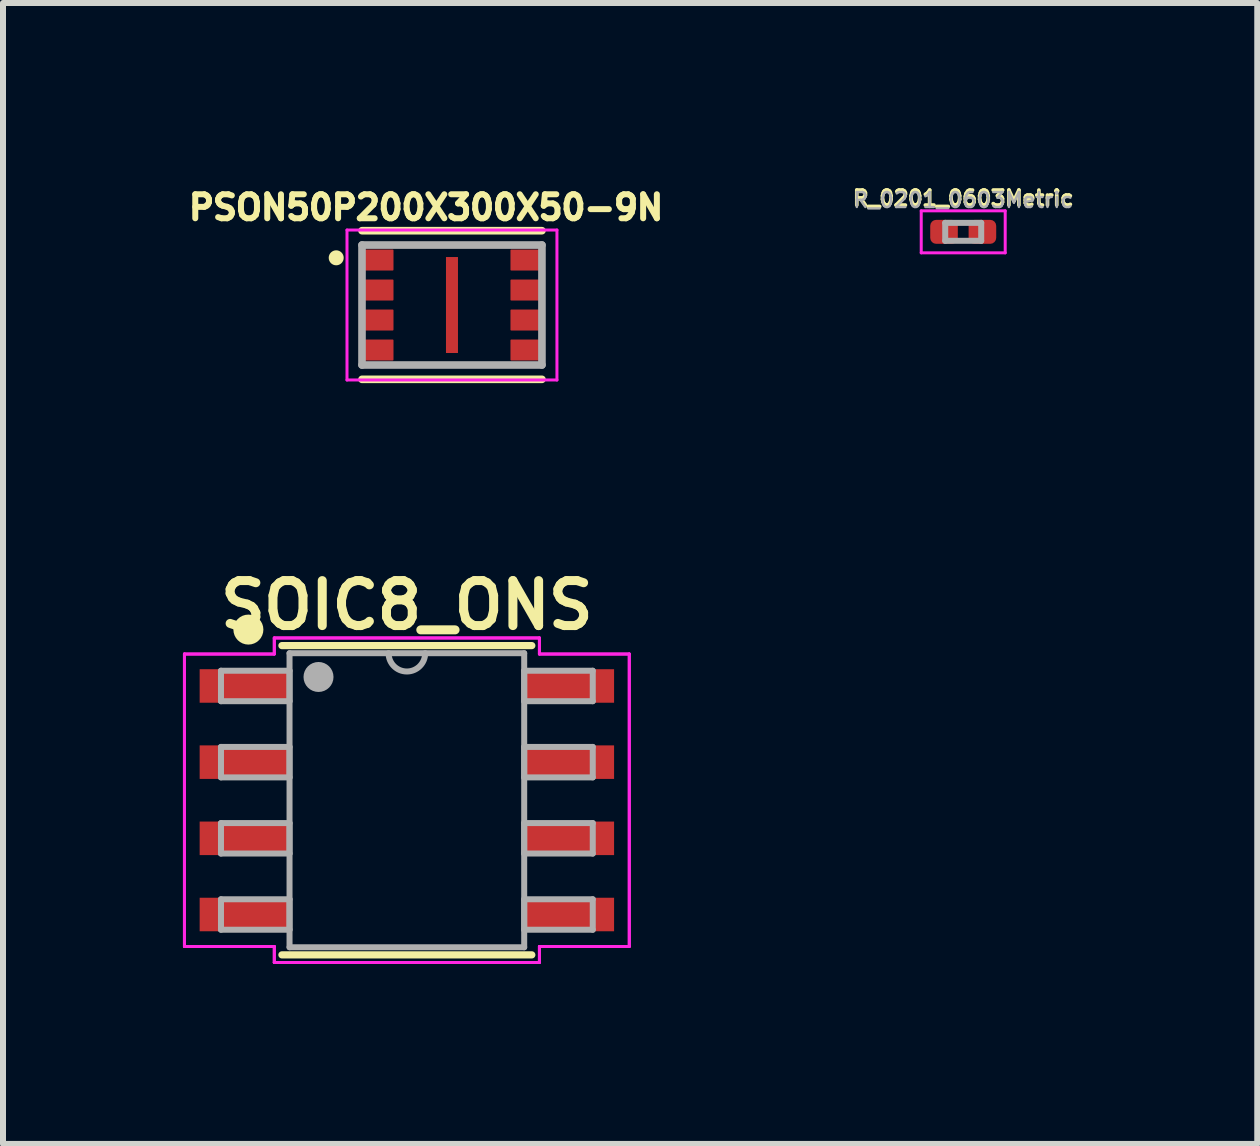
<source format=kicad_pcb>
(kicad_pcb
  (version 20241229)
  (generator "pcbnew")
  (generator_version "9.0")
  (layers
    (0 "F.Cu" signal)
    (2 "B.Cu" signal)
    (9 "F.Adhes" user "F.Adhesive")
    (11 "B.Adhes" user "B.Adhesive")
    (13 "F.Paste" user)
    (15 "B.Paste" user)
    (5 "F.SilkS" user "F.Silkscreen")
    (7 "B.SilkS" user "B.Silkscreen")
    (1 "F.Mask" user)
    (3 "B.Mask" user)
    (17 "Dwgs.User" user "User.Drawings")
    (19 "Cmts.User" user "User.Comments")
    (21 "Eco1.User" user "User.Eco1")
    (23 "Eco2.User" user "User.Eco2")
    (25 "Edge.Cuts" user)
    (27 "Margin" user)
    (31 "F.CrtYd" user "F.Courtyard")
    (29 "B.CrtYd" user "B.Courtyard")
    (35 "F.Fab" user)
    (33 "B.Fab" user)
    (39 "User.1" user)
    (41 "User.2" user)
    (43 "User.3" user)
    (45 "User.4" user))
  (footprint "SOIC8_ONS"
    (layer "F.Cu")
    (at 3.733 10.291)
    (property "Reference" "SOIC8_ONS" (at 0 -3.251 0) (layer "F.SilkS") (effects (font (size 0.75 0.75) (thickness 0.15))))
    (attr through_hole)
    (fp_line (start -2.083 2.578) (end 2.083 2.578) (stroke (width 0.12) (type solid)) (layer "F.SilkS"))
    (fp_line (start 2.083 -2.578) (end -2.083 -2.578) (stroke (width 0.12) (type solid)) (layer "F.SilkS"))
    (fp_circle (center -2.642 -2.845) (end -2.642 -2.72) (stroke (width 0.25) (type solid)) (fill no) (layer "F.SilkS"))
    (fp_line (start -3.708 -2.438) (end -2.21 -2.438) (stroke (width 0.05) (type solid)) (layer "F.CrtYd"))
    (fp_line (start -3.708 -2.438) (end -2.21 -2.438) (stroke (width 0.05) (type solid)) (layer "F.CrtYd"))
    (fp_line (start -3.708 2.438) (end -3.708 -2.438) (stroke (width 0.05) (type solid)) (layer "F.CrtYd"))
    (fp_line (start -3.708 2.438) (end -3.708 -2.438) (stroke (width 0.05) (type solid)) (layer "F.CrtYd"))
    (fp_line (start -3.708 2.438) (end -2.21 2.438) (stroke (width 0.05) (type solid)) (layer "F.CrtYd"))
    (fp_line (start -2.21 -2.705) (end 2.21 -2.705) (stroke (width 0.05) (type solid)) (layer "F.CrtYd"))
    (fp_line (start -2.21 -2.705) (end 2.21 -2.705) (stroke (width 0.05) (type solid)) (layer "F.CrtYd"))
    (fp_line (start -2.21 -2.438) (end -2.21 -2.705) (stroke (width 0.05) (type solid)) (layer "F.CrtYd"))
    (fp_line (start -2.21 -2.438) (end -2.21 -2.705) (stroke (width 0.05) (type solid)) (layer "F.CrtYd"))
    (fp_line (start -2.21 2.438) (end -3.708 2.438) (stroke (width 0.05) (type solid)) (layer "F.CrtYd"))
    (fp_line (start -2.21 2.705) (end -2.21 2.438) (stroke (width 0.05) (type solid)) (layer "F.CrtYd"))
    (fp_line (start -2.21 2.705) (end -2.21 2.438) (stroke (width 0.05) (type solid)) (layer "F.CrtYd"))
    (fp_line (start 2.21 -2.705) (end 2.21 -2.438) (stroke (width 0.05) (type solid)) (layer "F.CrtYd"))
    (fp_line (start 2.21 -2.705) (end 2.21 -2.438) (stroke (width 0.05) (type solid)) (layer "F.CrtYd"))
    (fp_line (start 2.21 -2.438) (end 3.708 -2.438) (stroke (width 0.05) (type solid)) (layer "F.CrtYd"))
    (fp_line (start 2.21 2.438) (end 2.21 2.705) (stroke (width 0.05) (type solid)) (layer "F.CrtYd"))
    (fp_line (start 2.21 2.438) (end 2.21 2.705) (stroke (width 0.05) (type solid)) (layer "F.CrtYd"))
    (fp_line (start 2.21 2.705) (end -2.21 2.705) (stroke (width 0.05) (type solid)) (layer "F.CrtYd"))
    (fp_line (start 2.21 2.705) (end -2.21 2.705) (stroke (width 0.05) (type solid)) (layer "F.CrtYd"))
    (fp_line (start 3.708 -2.438) (end 2.21 -2.438) (stroke (width 0.05) (type solid)) (layer "F.CrtYd"))
    (fp_line (start 3.708 -2.438) (end 3.708 2.438) (stroke (width 0.05) (type solid)) (layer "F.CrtYd"))
    (fp_line (start 3.708 -2.438) (end 3.708 2.438) (stroke (width 0.05) (type solid)) (layer "F.CrtYd"))
    (fp_line (start 3.708 2.438) (end 2.21 2.438) (stroke (width 0.05) (type solid)) (layer "F.CrtYd"))
    (fp_line (start 3.708 2.438) (end 2.21 2.438) (stroke (width 0.05) (type solid)) (layer "F.CrtYd"))
    (fp_line (start -3.099 -2.159) (end -3.099 -1.651) (stroke (width 0.1) (type solid)) (layer "F.Fab"))
    (fp_line (start -3.099 -1.651) (end -1.956 -1.651) (stroke (width 0.1) (type solid)) (layer "F.Fab"))
    (fp_line (start -3.099 -0.889) (end -3.099 -0.381) (stroke (width 0.1) (type solid)) (layer "F.Fab"))
    (fp_line (start -3.099 -0.381) (end -1.956 -0.381) (stroke (width 0.1) (type solid)) (layer "F.Fab"))
    (fp_line (start -3.099 0.381) (end -3.099 0.889) (stroke (width 0.1) (type solid)) (layer "F.Fab"))
    (fp_line (start -3.099 0.889) (end -1.956 0.889) (stroke (width 0.1) (type solid)) (layer "F.Fab"))
    (fp_line (start -3.099 1.651) (end -3.099 2.159) (stroke (width 0.1) (type solid)) (layer "F.Fab"))
    (fp_line (start -3.099 2.159) (end -1.956 2.159) (stroke (width 0.1) (type solid)) (layer "F.Fab"))
    (fp_line (start -1.956 -2.451) (end -1.956 2.451) (stroke (width 0.1) (type solid)) (layer "F.Fab"))
    (fp_line (start -1.956 -2.159) (end -3.099 -2.159) (stroke (width 0.1) (type solid)) (layer "F.Fab"))
    (fp_line (start -1.956 -1.651) (end -1.956 -2.159) (stroke (width 0.1) (type solid)) (layer "F.Fab"))
    (fp_line (start -1.956 -0.889) (end -3.099 -0.889) (stroke (width 0.1) (type solid)) (layer "F.Fab"))
    (fp_line (start -1.956 -0.381) (end -1.956 -0.889) (stroke (width 0.1) (type solid)) (layer "F.Fab"))
    (fp_line (start -1.956 0.381) (end -3.099 0.381) (stroke (width 0.1) (type solid)) (layer "F.Fab"))
    (fp_line (start -1.956 0.889) (end -1.956 0.381) (stroke (width 0.1) (type solid)) (layer "F.Fab"))
    (fp_line (start -1.956 1.651) (end -3.099 1.651) (stroke (width 0.1) (type solid)) (layer "F.Fab"))
    (fp_line (start -1.956 2.159) (end -1.956 1.651) (stroke (width 0.1) (type solid)) (layer "F.Fab"))
    (fp_line (start -1.956 2.451) (end 1.956 2.451) (stroke (width 0.1) (type solid)) (layer "F.Fab"))
    (fp_line (start 1.956 -2.451) (end -1.956 -2.451) (stroke (width 0.1) (type solid)) (layer "F.Fab"))
    (fp_line (start 1.956 -2.159) (end 1.956 -1.651) (stroke (width 0.1) (type solid)) (layer "F.Fab"))
    (fp_line (start 1.956 -1.651) (end 3.099 -1.651) (stroke (width 0.1) (type solid)) (layer "F.Fab"))
    (fp_line (start 1.956 -0.889) (end 1.956 -0.381) (stroke (width 0.1) (type solid)) (layer "F.Fab"))
    (fp_line (start 1.956 -0.381) (end 3.099 -0.381) (stroke (width 0.1) (type solid)) (layer "F.Fab"))
    (fp_line (start 1.956 0.381) (end 1.956 0.889) (stroke (width 0.1) (type solid)) (layer "F.Fab"))
    (fp_line (start 1.956 0.889) (end 3.099 0.889) (stroke (width 0.1) (type solid)) (layer "F.Fab"))
    (fp_line (start 1.956 1.651) (end 1.956 2.159) (stroke (width 0.1) (type solid)) (layer "F.Fab"))
    (fp_line (start 1.956 2.159) (end 3.099 2.159) (stroke (width 0.1) (type solid)) (layer "F.Fab"))
    (fp_line (start 1.956 2.451) (end 1.956 -2.451) (stroke (width 0.1) (type solid)) (layer "F.Fab"))
    (fp_line (start 3.099 -2.159) (end 1.956 -2.159) (stroke (width 0.1) (type solid)) (layer "F.Fab"))
    (fp_line (start 3.099 -1.651) (end 3.099 -2.159) (stroke (width 0.1) (type solid)) (layer "F.Fab"))
    (fp_line (start 3.099 -0.889) (end 1.956 -0.889) (stroke (width 0.1) (type solid)) (layer "F.Fab"))
    (fp_line (start 3.099 -0.381) (end 3.099 -0.889) (stroke (width 0.1) (type solid)) (layer "F.Fab"))
    (fp_line (start 3.099 0.381) (end 1.956 0.381) (stroke (width 0.1) (type solid)) (layer "F.Fab"))
    (fp_line (start 3.099 0.889) (end 3.099 0.381) (stroke (width 0.1) (type solid)) (layer "F.Fab"))
    (fp_line (start 3.099 1.651) (end 1.956 1.651) (stroke (width 0.1) (type solid)) (layer "F.Fab"))
    (fp_line (start 3.099 2.159) (end 3.099 1.651) (stroke (width 0.1) (type solid)) (layer "F.Fab"))
    (fp_arc (start 0.3048 -2.4511) (mid 0 -2.1463) (end -0.3048 -2.4511) (stroke (width 0.1) (type solid)) (layer "F.Fab"))
    (fp_circle (center -1.473 -2.055) (end -1.348 -2.055) (stroke (width 0.25) (type solid)) (fill no) (layer "F.Fab"))
    (pad "1" smd rect (at -2.705 -1.905) (size 1.499 0.559) (layers "F.Cu" "F.Mask" "F.Paste"))
    (pad "2" smd rect (at -2.705 -0.635) (size 1.499 0.559) (layers "F.Cu" "F.Mask" "F.Paste"))
    (pad "3" smd rect (at -2.705 0.635) (size 1.499 0.559) (layers "F.Cu" "F.Mask" "F.Paste"))
    (pad "4" smd rect (at -2.705 1.905) (size 1.499 0.559) (layers "F.Cu" "F.Mask" "F.Paste"))
    (pad "5" smd rect (at 2.705 1.905) (size 1.499 0.559) (layers "F.Cu" "F.Mask" "F.Paste"))
    (pad "6" smd rect (at 2.705 0.635) (size 1.499 0.559) (layers "F.Cu" "F.Mask" "F.Paste"))
    (pad "7" smd rect (at 2.705 -0.635) (size 1.499 0.559) (layers "F.Cu" "F.Mask" "F.Paste"))
    (pad "8" smd rect (at 2.705 -1.905) (size 1.499 0.559) (layers "F.Cu" "F.Mask" "F.Paste")))
  (footprint "PSON50P200X300X50-9N"
    (layer "F.Cu")
    (at 4.485 2.035)
    (property "Reference" "PSON50P200X300X50-9N" (at -0.432 -1.626 0) (layer "F.SilkS") (effects (font (size 0.4 0.4) (thickness 0.1))))
    (attr through_hole)
    (fp_line (start -1.5 -1.239) (end 1.5 -1.239) (stroke (width 0.127) (type solid)) (layer "F.SilkS"))
    (fp_line (start -1.5 1.239) (end 1.5 1.239) (stroke (width 0.127) (type solid)) (layer "F.SilkS"))
    (fp_circle (center -1.93 -0.787) (end -1.83 -0.787) (stroke (width 0.05) (type solid)) (fill yes) (layer "F.SilkS"))
    (fp_poly (pts (xy -0.06 -0.51) (xy 0.06 -0.51) (xy 0.06 0.51) (xy -0.06 0.51)) (stroke (width 0.01) (type solid)) (fill yes) (layer "F.Paste"))
    (fp_line (start -1.75 -1.25) (end -1.75 1.25) (stroke (width 0.05) (type solid)) (layer "F.CrtYd"))
    (fp_line (start -1.75 -1.25) (end 1.75 -1.25) (stroke (width 0.05) (type solid)) (layer "F.CrtYd"))
    (fp_line (start -1.75 1.25) (end 1.75 1.25) (stroke (width 0.05) (type solid)) (layer "F.CrtYd"))
    (fp_line (start 1.75 -1.25) (end 1.75 1.25) (stroke (width 0.05) (type solid)) (layer "F.CrtYd"))
    (fp_line (start -1.5 -1) (end -1.5 1) (stroke (width 0.127) (type solid)) (layer "F.Fab"))
    (fp_line (start -1.5 -1) (end 1.5 -1) (stroke (width 0.127) (type solid)) (layer "F.Fab"))
    (fp_line (start -1.5 1) (end 1.5 1) (stroke (width 0.127) (type solid)) (layer "F.Fab"))
    (fp_line (start 1.5 -1) (end 1.5 1) (stroke (width 0.127) (type solid)) (layer "F.Fab"))
    (pad "1" smd roundrect (at -1.22 -0.75) (size 0.49 0.35) (layers "F.Cu" "F.Mask" "F.Paste") (roundrect_rratio 0.04))
    (pad "2" smd roundrect (at -1.22 -0.25) (size 0.49 0.35) (layers "F.Cu" "F.Mask" "F.Paste") (roundrect_rratio 0.04))
    (pad "3" smd roundrect (at -1.22 0.25) (size 0.49 0.35) (layers "F.Cu" "F.Mask" "F.Paste") (roundrect_rratio 0.04))
    (pad "4" smd roundrect (at -1.22 0.75) (size 0.49 0.35) (layers "F.Cu" "F.Mask" "F.Paste") (roundrect_rratio 0.04))
    (pad "5" smd roundrect (at 1.22 0.75) (size 0.49 0.35) (layers "F.Cu" "F.Mask" "F.Paste") (roundrect_rratio 0.04))
    (pad "6" smd roundrect (at 1.22 0.25) (size 0.49 0.35) (layers "F.Cu" "F.Mask" "F.Paste") (roundrect_rratio 0.04))
    (pad "7" smd roundrect (at 1.22 -0.25) (size 0.49 0.35) (layers "F.Cu" "F.Mask" "F.Paste") (roundrect_rratio 0.04))
    (pad "8" smd roundrect (at 1.22 -0.75) (size 0.49 0.35) (layers "F.Cu" "F.Mask" "F.Paste") (roundrect_rratio 0.04))
    (pad "9" smd rect (at 0 0) (size 0.2 1.6) (layers "F.Cu" "F.Mask")))
  (footprint "R_0201_0603Metric"
    (layer "F.Cu")
    (at 13.008 0.815)
    (property "Reference" "R_0201_0603Metric" (at 0 -0.559 0) (layer "F.SilkS") (effects (font (size 0.25 0.25) (thickness 0.062))))
    (attr smd)
    (fp_line (start -0.7 -0.35) (end 0.7 -0.35) (stroke (width 0.05) (type solid)) (layer "F.CrtYd"))
    (fp_line (start -0.7 0.35) (end -0.7 -0.35) (stroke (width 0.05) (type solid)) (layer "F.CrtYd"))
    (fp_line (start 0.7 -0.35) (end 0.7 0.35) (stroke (width 0.05) (type solid)) (layer "F.CrtYd"))
    (fp_line (start 0.7 0.35) (end -0.7 0.35) (stroke (width 0.05) (type solid)) (layer "F.CrtYd"))
    (fp_line (start -0.3 -0.15) (end 0.3 -0.15) (stroke (width 0.1) (type solid)) (layer "F.Fab"))
    (fp_line (start -0.3 0.15) (end -0.3 -0.15) (stroke (width 0.1) (type solid)) (layer "F.Fab"))
    (fp_line (start 0.3 -0.15) (end 0.3 0.15) (stroke (width 0.1) (type solid)) (layer "F.Fab"))
    (fp_line (start 0.3 0.15) (end -0.3 0.15) (stroke (width 0.1) (type solid)) (layer "F.Fab"))
    (fp_text user "${REFERENCE}" (at 0 -0.528 0) (layer "F.Fab") (effects (font (size 0.25 0.25) (thickness 0.04))))
    (pad "" smd roundrect (at -0.345 0) (size 0.318 0.36) (layers "F.Paste") (roundrect_rratio 0.25))
    (pad "" smd roundrect (at 0.345 0) (size 0.318 0.36) (layers "F.Paste") (roundrect_rratio 0.25))
    (pad "1" smd roundrect (at -0.32 0) (size 0.46 0.4) (layers "F.Cu" "F.Mask") (roundrect_rratio 0.25))
    (pad "2" smd roundrect (at 0.32 0) (size 0.46 0.4) (layers "F.Cu" "F.Mask") (roundrect_rratio 0.25)))
  (gr_rect
    (start -3 -3)
    (end 17.91 16.021)
    (stroke (width 0.1) (type default))
    (fill no)
    (layer "Edge.Cuts")))
</source>
